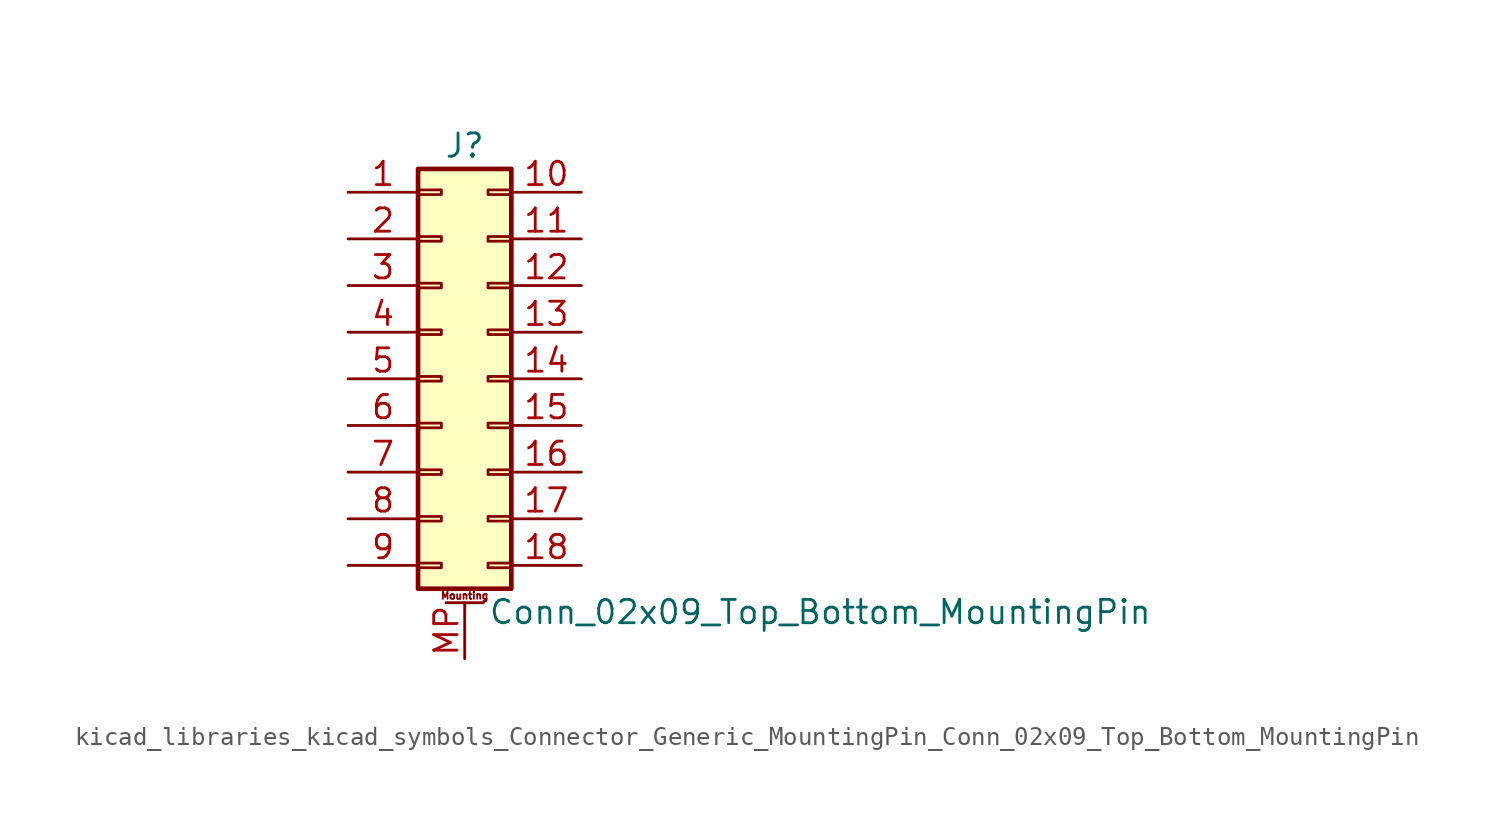
<source format=kicad_sym>
(kicad_symbol_lib
  (version 20220914)
  (generator kicad_symbol_editor)
  (symbol "kicad_libraries_kicad_symbols_Connector_Generic_MountingPin_Conn_02x09_Top_Bottom_MountingPin"
    (pin_names
      (offset 1.016) hide)
    (property "Reference" "J"
      (at 1.27 12.7 0)
      (effects (font (size 1.27 1.27))))
    (property "Value" "Conn_02x09_Top_Bottom_MountingPin"
      (at 2.54 -12.7 0)
      (effects (font (size 1.27 1.27)) (justify left)))
    (symbol "kicad_libraries_kicad_symbols_Connector_Generic_MountingPin_Conn_02x09_Top_Bottom_MountingPin_1_1"
      (rectangle (start -1.27 -10.033) (end 0 -10.287) (stroke (width 0.152) (type default)) (fill (type none)))
      (rectangle (start -1.27 -7.493) (end 0 -7.747) (stroke (width 0.152) (type default)) (fill (type none)))
      (rectangle (start -1.27 -4.953) (end 0 -5.207) (stroke (width 0.152) (type default)) (fill (type none)))
      (rectangle (start -1.27 -2.413) (end 0 -2.667) (stroke (width 0.152) (type default)) (fill (type none)))
      (rectangle (start -1.27 0.127) (end 0 -0.127) (stroke (width 0.152) (type default)) (fill (type none)))
      (rectangle (start -1.27 2.667) (end 0 2.413) (stroke (width 0.152) (type default)) (fill (type none)))
      (rectangle (start -1.27 5.207) (end 0 4.953) (stroke (width 0.152) (type default)) (fill (type none)))
      (rectangle (start -1.27 7.747) (end 0 7.493) (stroke (width 0.152) (type default)) (fill (type none)))
      (rectangle (start -1.27 10.287) (end 0 10.033) (stroke (width 0.152) (type default)) (fill (type none)))
      (rectangle (start -1.27 11.43) (end 3.81 -11.43) (stroke (width 0.254) (type default)) (fill (type background)))
      (polyline (pts (xy 0.254 -12.192) (xy 2.286 -12.192)) (stroke (width 0.152) (type default)) (fill (type none)))
      (rectangle (start 3.81 -10.033) (end 2.54 -10.287) (stroke (width 0.152) (type default)) (fill (type none)))
      (rectangle (start 3.81 -7.493) (end 2.54 -7.747) (stroke (width 0.152) (type default)) (fill (type none)))
      (rectangle (start 3.81 -4.953) (end 2.54 -5.207) (stroke (width 0.152) (type default)) (fill (type none)))
      (rectangle (start 3.81 -2.413) (end 2.54 -2.667) (stroke (width 0.152) (type default)) (fill (type none)))
      (rectangle (start 3.81 0.127) (end 2.54 -0.127) (stroke (width 0.152) (type default)) (fill (type none)))
      (rectangle (start 3.81 2.667) (end 2.54 2.413) (stroke (width 0.152) (type default)) (fill (type none)))
      (rectangle (start 3.81 5.207) (end 2.54 4.953) (stroke (width 0.152) (type default)) (fill (type none)))
      (rectangle (start 3.81 7.747) (end 2.54 7.493) (stroke (width 0.152) (type default)) (fill (type none)))
      (rectangle (start 3.81 10.287) (end 2.54 10.033) (stroke (width 0.152) (type default)) (fill (type none)))
      (text "Mounting" (at 1.27 -11.811 0) (effects (font (size 0.381 0.381))))
      (pin passive line (at -5.08 10.16 0) (length 3.81) (name "Pin_1" (effects (font (size 1.27 1.27)))) (number "1" (effects (font (size 1.27 1.27)))))
      (pin passive line (at 7.62 10.16 180) (length 3.81) (name "Pin_10" (effects (font (size 1.27 1.27)))) (number "10" (effects (font (size 1.27 1.27)))))
      (pin passive line (at 7.62 7.62 180) (length 3.81) (name "Pin_11" (effects (font (size 1.27 1.27)))) (number "11" (effects (font (size 1.27 1.27)))))
      (pin passive line (at 7.62 5.08 180) (length 3.81) (name "Pin_12" (effects (font (size 1.27 1.27)))) (number "12" (effects (font (size 1.27 1.27)))))
      (pin passive line (at 7.62 2.54 180) (length 3.81) (name "Pin_13" (effects (font (size 1.27 1.27)))) (number "13" (effects (font (size 1.27 1.27)))))
      (pin passive line (at 7.62 0 180) (length 3.81) (name "Pin_14" (effects (font (size 1.27 1.27)))) (number "14" (effects (font (size 1.27 1.27)))))
      (pin passive line (at 7.62 -2.54 180) (length 3.81) (name "Pin_15" (effects (font (size 1.27 1.27)))) (number "15" (effects (font (size 1.27 1.27)))))
      (pin passive line (at 7.62 -5.08 180) (length 3.81) (name "Pin_16" (effects (font (size 1.27 1.27)))) (number "16" (effects (font (size 1.27 1.27)))))
      (pin passive line (at 7.62 -7.62 180) (length 3.81) (name "Pin_17" (effects (font (size 1.27 1.27)))) (number "17" (effects (font (size 1.27 1.27)))))
      (pin passive line (at 7.62 -10.16 180) (length 3.81) (name "Pin_18" (effects (font (size 1.27 1.27)))) (number "18" (effects (font (size 1.27 1.27)))))
      (pin passive line (at -5.08 7.62 0) (length 3.81) (name "Pin_2" (effects (font (size 1.27 1.27)))) (number "2" (effects (font (size 1.27 1.27)))))
      (pin passive line (at -5.08 5.08 0) (length 3.81) (name "Pin_3" (effects (font (size 1.27 1.27)))) (number "3" (effects (font (size 1.27 1.27)))))
      (pin passive line (at -5.08 2.54 0) (length 3.81) (name "Pin_4" (effects (font (size 1.27 1.27)))) (number "4" (effects (font (size 1.27 1.27)))))
      (pin passive line (at -5.08 0 0) (length 3.81) (name "Pin_5" (effects (font (size 1.27 1.27)))) (number "5" (effects (font (size 1.27 1.27)))))
      (pin passive line (at -5.08 -2.54 0) (length 3.81) (name "Pin_6" (effects (font (size 1.27 1.27)))) (number "6" (effects (font (size 1.27 1.27)))))
      (pin passive line (at -5.08 -5.08 0) (length 3.81) (name "Pin_7" (effects (font (size 1.27 1.27)))) (number "7" (effects (font (size 1.27 1.27)))))
      (pin passive line (at -5.08 -7.62 0) (length 3.81) (name "Pin_8" (effects (font (size 1.27 1.27)))) (number "8" (effects (font (size 1.27 1.27)))))
      (pin passive line (at -5.08 -10.16 0) (length 3.81) (name "Pin_9" (effects (font (size 1.27 1.27)))) (number "9" (effects (font (size 1.27 1.27)))))
      (pin passive line (at 1.27 -15.24 90) (length 3.048) (name "MountPin" (effects (font (size 1.27 1.27)))) (number "MP" (effects (font (size 1.27 1.27))))))))
</source>
